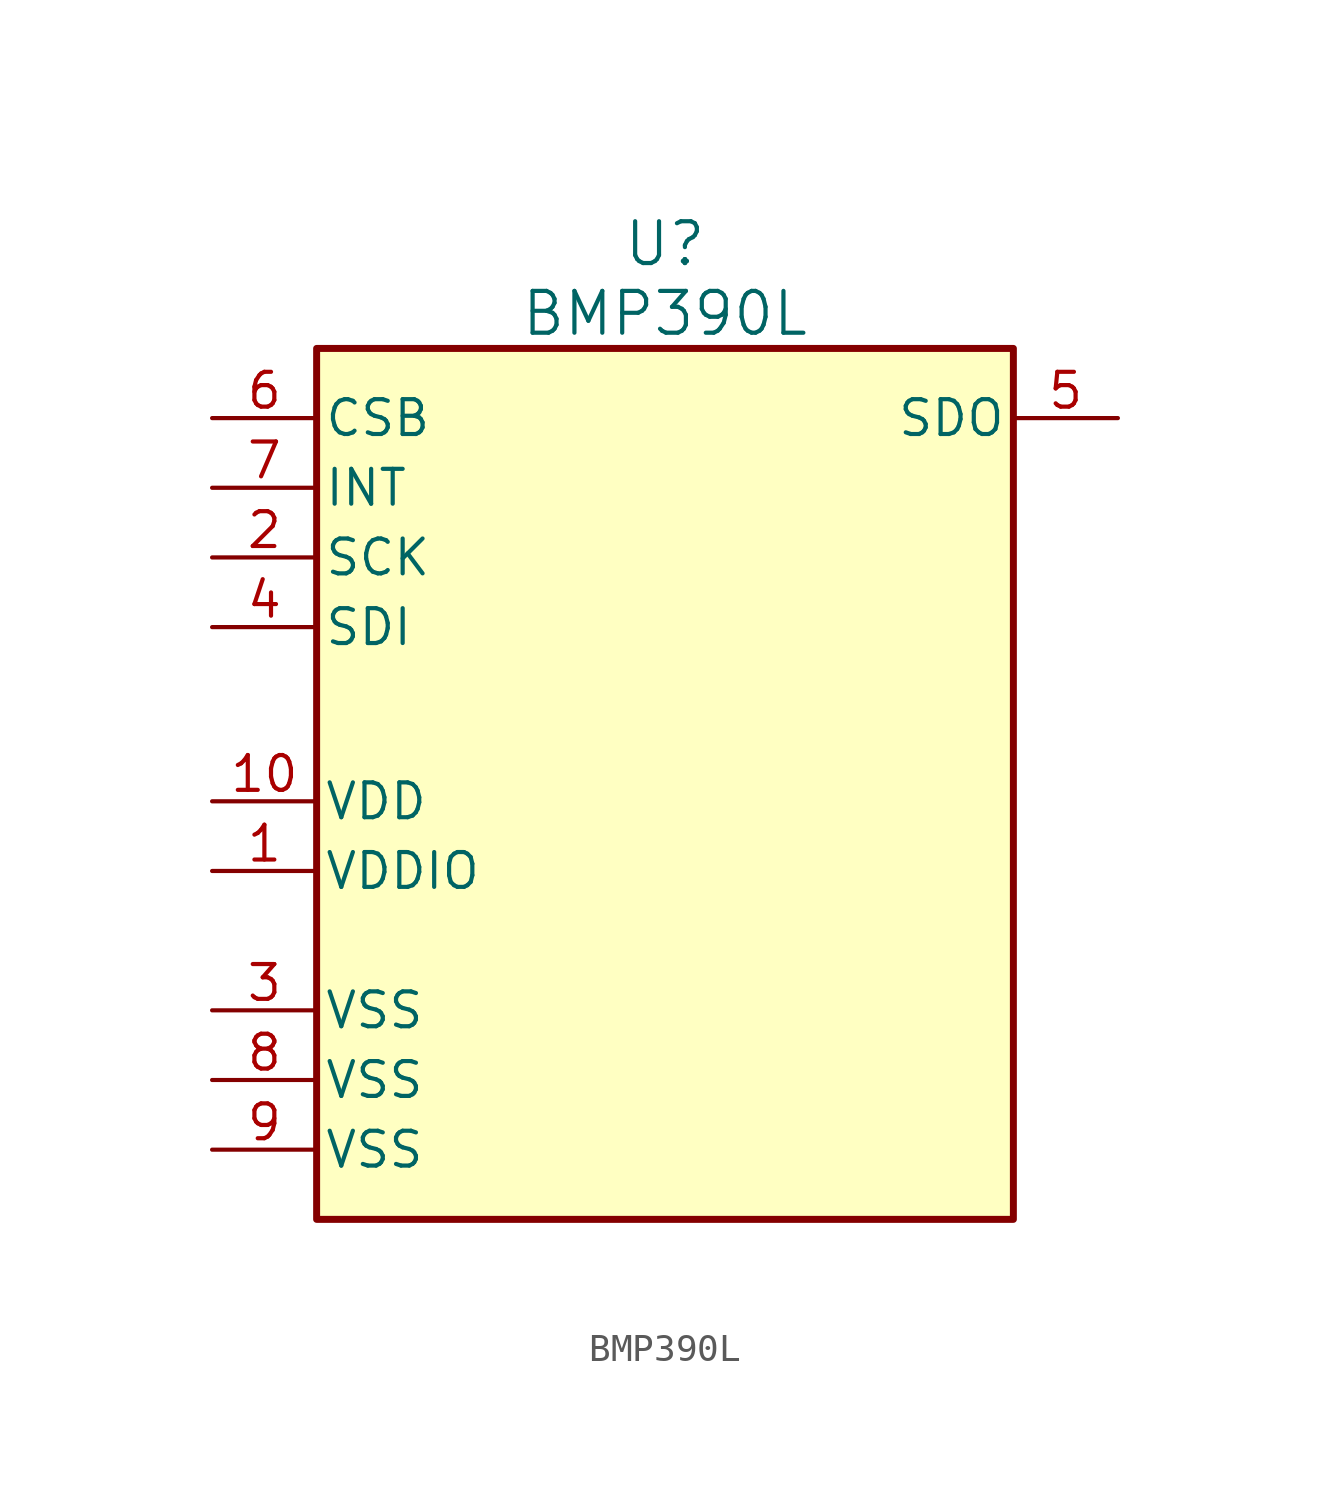
<source format=kicad_sym>
(kicad_symbol_lib
  (version 20241209)
  (generator "kicad_symbol_editor")
  (generator_version "9.0")
  (symbol "BMP390L"
    (pin_names
      (offset 0.254))
    (property "Reference" "U"
      (at 0 20.32 0)
      (effects (font (size 1.524 1.524))))
    (property "Value" "BMP390L"
      (at 0 17.78 0)
      (effects (font (size 1.524 1.524))))
    (property "ki_locked" ""
      (at 0 0 0)
      (effects (font (size 1.27 1.27))))
    (symbol "BMP390L_0_1"
      (rectangle (start -12.7 16.51) (end 12.7 -15.24) (stroke (width 0.254) (type default)) (fill (type background)))
      (pin input line (at -16.51 13.97 0) (length 3.81) (name "CSB" (effects (font (size 1.27 1.27)))) (number "6" (effects (font (size 1.27 1.27)))))
      (pin output line (at -16.51 11.43 0) (length 3.81) (name "INT" (effects (font (size 1.27 1.27)))) (number "7" (effects (font (size 1.27 1.27)))))
      (pin input line (at -16.51 8.89 0) (length 3.81) (name "SCK" (effects (font (size 1.27 1.27)))) (number "2" (effects (font (size 1.27 1.27)))))
      (pin input line (at -16.51 6.35 0) (length 3.81) (name "SDI" (effects (font (size 1.27 1.27)))) (number "4" (effects (font (size 1.27 1.27)))))
      (pin power_in line (at -16.51 0 0) (length 3.81) (name "VDD" (effects (font (size 1.27 1.27)))) (number "10" (effects (font (size 1.27 1.27)))))
      (pin power_in line (at -16.51 -2.54 0) (length 3.81) (name "VDDIO" (effects (font (size 1.27 1.27)))) (number "1" (effects (font (size 1.27 1.27)))))
      (pin power_out line (at -16.51 -7.62 0) (length 3.81) (name "VSS" (effects (font (size 1.27 1.27)))) (number "3" (effects (font (size 1.27 1.27)))))
      (pin power_out line (at -16.51 -10.16 0) (length 3.81) (name "VSS" (effects (font (size 1.27 1.27)))) (number "8" (effects (font (size 1.27 1.27)))))
      (pin power_out line (at -16.51 -12.7 0) (length 3.81) (name "VSS" (effects (font (size 1.27 1.27)))) (number "9" (effects (font (size 1.27 1.27)))))
      (pin output line (at 16.51 13.97 180) (length 3.81) (name "SDO" (effects (font (size 1.27 1.27)))) (number "5" (effects (font (size 1.27 1.27))))))))
</source>
